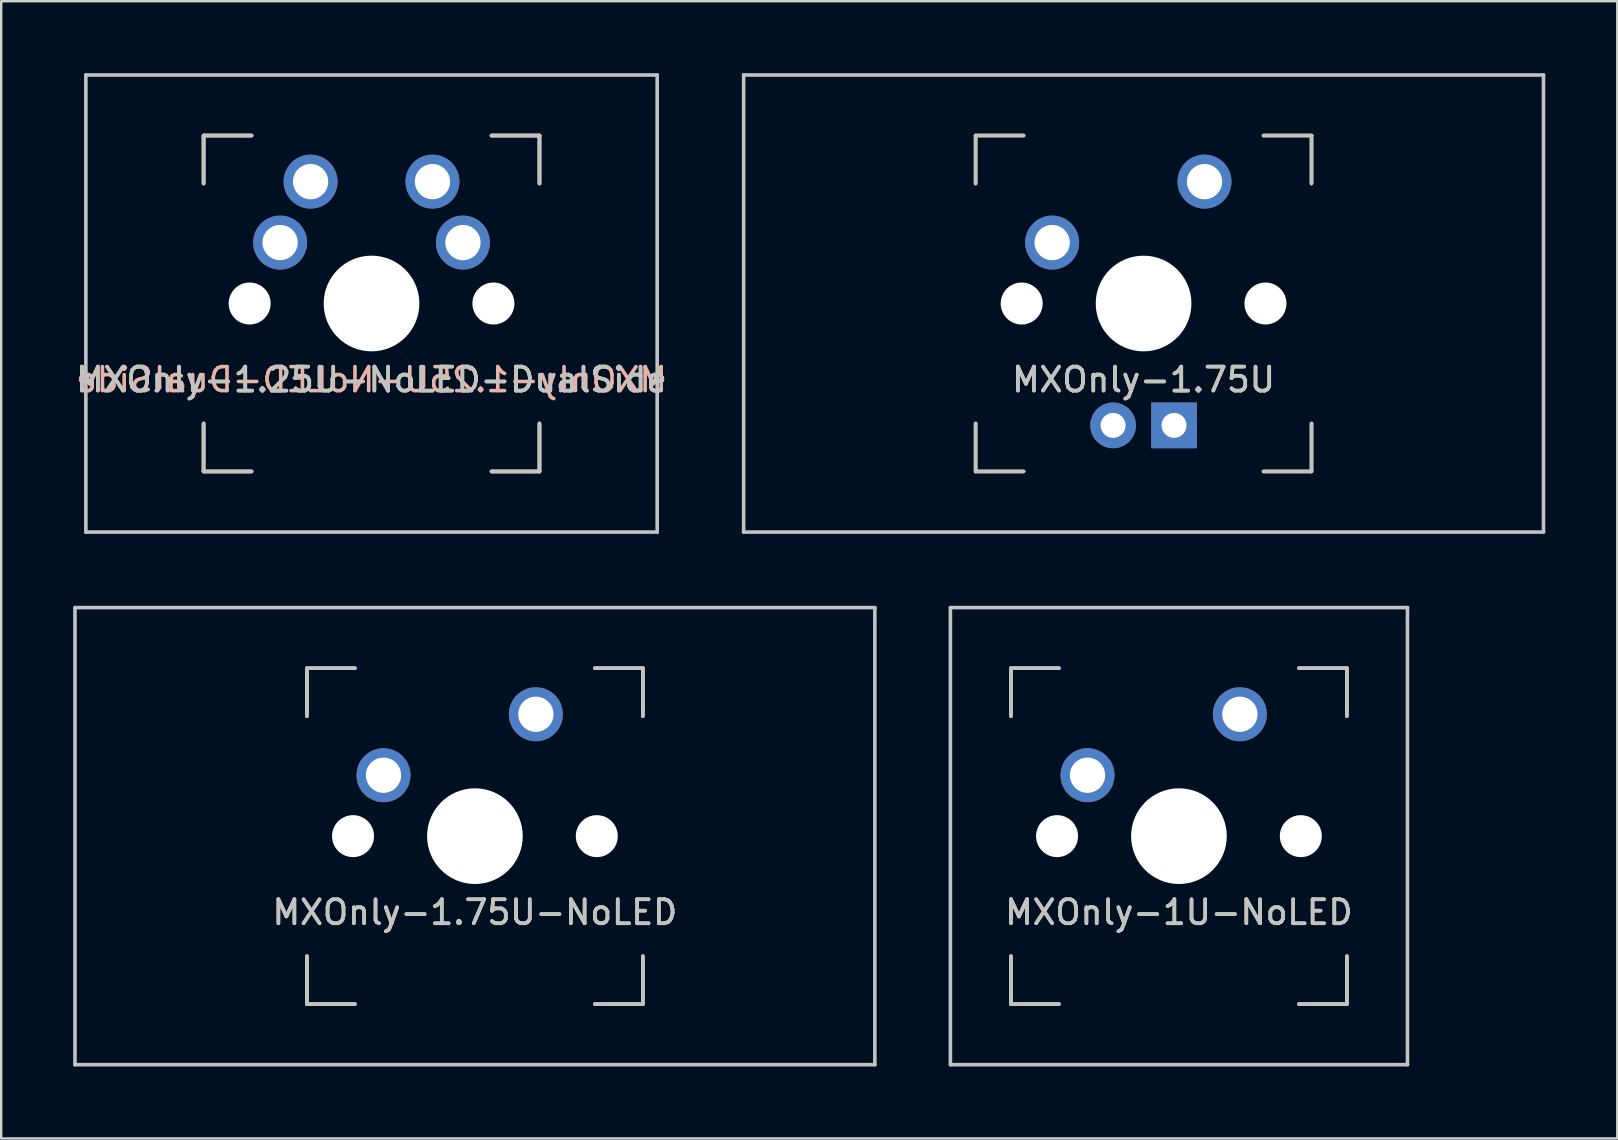
<source format=kicad_pcb>
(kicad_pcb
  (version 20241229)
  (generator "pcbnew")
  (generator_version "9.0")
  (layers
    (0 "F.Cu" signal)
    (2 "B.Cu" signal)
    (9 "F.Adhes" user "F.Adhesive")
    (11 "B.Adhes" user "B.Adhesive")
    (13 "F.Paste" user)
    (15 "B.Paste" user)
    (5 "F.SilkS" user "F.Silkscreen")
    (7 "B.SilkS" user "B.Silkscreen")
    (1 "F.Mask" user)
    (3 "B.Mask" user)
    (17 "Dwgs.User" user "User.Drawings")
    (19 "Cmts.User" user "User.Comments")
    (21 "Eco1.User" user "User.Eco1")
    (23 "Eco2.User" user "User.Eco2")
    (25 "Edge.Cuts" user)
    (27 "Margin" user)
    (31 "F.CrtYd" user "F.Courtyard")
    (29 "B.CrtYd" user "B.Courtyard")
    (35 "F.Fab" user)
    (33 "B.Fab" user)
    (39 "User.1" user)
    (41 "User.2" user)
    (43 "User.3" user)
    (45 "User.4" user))
  (footprint "MXOnly-1.75U"
    (layer "F.Cu")
    (at 44.613 9.6)
    (property "Reference" "MXOnly-1.75U" (at 0 3.175 0) (layer "Dwgs.User") (effects (font (size 1 1) (thickness 0.15))))
    (attr through_hole)
    (fp_line (start -7 -7) (end -7 -5) (stroke (width 0.15) (type solid)) (layer "F.SilkS"))
    (fp_line (start -7 5) (end -7 7) (stroke (width 0.15) (type solid)) (layer "F.SilkS"))
    (fp_line (start -7 7) (end -5 7) (stroke (width 0.15) (type solid)) (layer "F.SilkS"))
    (fp_line (start -5 -7) (end -7 -7) (stroke (width 0.15) (type solid)) (layer "F.SilkS"))
    (fp_line (start 5 -7) (end 7 -7) (stroke (width 0.15) (type solid)) (layer "F.SilkS"))
    (fp_line (start 5 7) (end 7 7) (stroke (width 0.15) (type solid)) (layer "F.SilkS"))
    (fp_line (start 7 -7) (end 7 -5) (stroke (width 0.15) (type solid)) (layer "F.SilkS"))
    (fp_line (start 7 7) (end 7 5) (stroke (width 0.15) (type solid)) (layer "F.SilkS"))
    (fp_line (start -16.669 -9.525) (end 16.669 -9.525) (stroke (width 0.15) (type solid)) (layer "Dwgs.User"))
    (fp_line (start -16.669 9.525) (end -16.669 -9.525) (stroke (width 0.15) (type solid)) (layer "Dwgs.User"))
    (fp_line (start -16.669 9.525) (end 16.669 9.525) (stroke (width 0.15) (type solid)) (layer "Dwgs.User"))
    (fp_line (start -7 -7) (end -7 -5) (stroke (width 0.15) (type solid)) (layer "Dwgs.User"))
    (fp_line (start -7 5) (end -7 7) (stroke (width 0.15) (type solid)) (layer "Dwgs.User"))
    (fp_line (start -7 7) (end -5 7) (stroke (width 0.15) (type solid)) (layer "Dwgs.User"))
    (fp_line (start -5 -7) (end -7 -7) (stroke (width 0.15) (type solid)) (layer "Dwgs.User"))
    (fp_line (start 5 -7) (end 7 -7) (stroke (width 0.15) (type solid)) (layer "Dwgs.User"))
    (fp_line (start 5 7) (end 7 7) (stroke (width 0.15) (type solid)) (layer "Dwgs.User"))
    (fp_line (start 7 -7) (end 7 -5) (stroke (width 0.15) (type solid)) (layer "Dwgs.User"))
    (fp_line (start 7 7) (end 7 5) (stroke (width 0.15) (type solid)) (layer "Dwgs.User"))
    (fp_line (start 16.669 -9.525) (end 16.669 9.525) (stroke (width 0.15) (type solid)) (layer "Dwgs.User"))
    (fp_text user "${REFERENCE}" (at 0 3.175 0) (layer "F.SilkS") (effects (font (size 1 1) (thickness 0.15))))
    (pad "" np_thru_hole circle (at -5.08 0 48.1) (size 1.75 1.75) (drill 1.75) (layers "*.Cu" "*.Mask"))
    (pad "" np_thru_hole circle (at 0 0) (size 3.988 3.988) (drill 3.988) (layers "*.Cu" "*.Mask"))
    (pad "" np_thru_hole circle (at 5.08 0 48.1) (size 1.75 1.75) (drill 1.75) (layers "*.Cu" "*.Mask"))
    (pad "1" thru_hole circle (at -3.81 -2.54) (size 2.25 2.25) (drill 1.47) (layers "*.Cu" "B.Mask"))
    (pad "2" thru_hole circle (at 2.54 -5.08) (size 2.25 2.25) (drill 1.47) (layers "*.Cu" "B.Mask"))
    (pad "3" thru_hole circle (at -1.27 5.08) (size 1.905 1.905) (drill 1.04) (layers "*.Cu" "B.Mask"))
    (pad "4" thru_hole rect (at 1.27 5.08) (size 1.905 1.905) (drill 1.04) (layers "*.Cu" "B.Mask")))
  (footprint "MXOnly-1U-NoLED"
    (layer "F.Cu")
    (at 46.087 31.8)
    (property "Reference" "MXOnly-1U-NoLED" (at 0 3.175 0) (layer "Dwgs.User") (effects (font (size 1 1) (thickness 0.15))))
    (attr through_hole)
    (fp_line (start -7 -7) (end -7 -5) (stroke (width 0.15) (type solid)) (layer "F.SilkS"))
    (fp_line (start -7 5) (end -7 7) (stroke (width 0.15) (type solid)) (layer "F.SilkS"))
    (fp_line (start -7 7) (end -5 7) (stroke (width 0.15) (type solid)) (layer "F.SilkS"))
    (fp_line (start -5 -7) (end -7 -7) (stroke (width 0.15) (type solid)) (layer "F.SilkS"))
    (fp_line (start 5 -7) (end 7 -7) (stroke (width 0.15) (type solid)) (layer "F.SilkS"))
    (fp_line (start 5 7) (end 7 7) (stroke (width 0.15) (type solid)) (layer "F.SilkS"))
    (fp_line (start 7 -7) (end 7 -5) (stroke (width 0.15) (type solid)) (layer "F.SilkS"))
    (fp_line (start 7 7) (end 7 5) (stroke (width 0.15) (type solid)) (layer "F.SilkS"))
    (fp_line (start -9.525 -9.525) (end 9.525 -9.525) (stroke (width 0.15) (type solid)) (layer "Dwgs.User"))
    (fp_line (start -9.525 9.525) (end -9.525 -9.525) (stroke (width 0.15) (type solid)) (layer "Dwgs.User"))
    (fp_line (start -7 -7) (end -7 -5) (stroke (width 0.15) (type solid)) (layer "Dwgs.User"))
    (fp_line (start -7 5) (end -7 7) (stroke (width 0.15) (type solid)) (layer "Dwgs.User"))
    (fp_line (start -7 7) (end -5 7) (stroke (width 0.15) (type solid)) (layer "Dwgs.User"))
    (fp_line (start -5 -7) (end -7 -7) (stroke (width 0.15) (type solid)) (layer "Dwgs.User"))
    (fp_line (start 5 -7) (end 7 -7) (stroke (width 0.15) (type solid)) (layer "Dwgs.User"))
    (fp_line (start 5 7) (end 7 7) (stroke (width 0.15) (type solid)) (layer "Dwgs.User"))
    (fp_line (start 7 -7) (end 7 -5) (stroke (width 0.15) (type solid)) (layer "Dwgs.User"))
    (fp_line (start 7 7) (end 7 5) (stroke (width 0.15) (type solid)) (layer "Dwgs.User"))
    (fp_line (start 9.525 -9.525) (end 9.525 9.525) (stroke (width 0.15) (type solid)) (layer "Dwgs.User"))
    (fp_line (start 9.525 9.525) (end -9.525 9.525) (stroke (width 0.15) (type solid)) (layer "Dwgs.User"))
    (fp_text user "${REFERENCE}" (at 0 3.175 0) (layer "F.SilkS") (effects (font (size 1 1) (thickness 0.15))))
    (pad "" np_thru_hole circle (at -5.08 0 48.1) (size 1.75 1.75) (drill 1.75) (layers "*.Cu" "*.Mask"))
    (pad "" np_thru_hole circle (at 0 0) (size 3.988 3.988) (drill 3.988) (layers "*.Cu" "*.Mask"))
    (pad "" np_thru_hole circle (at 5.08 0 48.1) (size 1.75 1.75) (drill 1.75) (layers "*.Cu" "*.Mask"))
    (pad "1" thru_hole circle (at -3.81 -2.54) (size 2.25 2.25) (drill 1.47) (layers "*.Cu" "B.Mask"))
    (pad "2" thru_hole circle (at 2.54 -5.08) (size 2.25 2.25) (drill 1.47) (layers "*.Cu" "B.Mask")))
  (footprint "MXOnly-1.25U-NoLED-DualSide"
    (layer "F.Cu")
    (at 12.435 9.6)
    (property "Reference" "MXOnly-1.25U-NoLED-DualSide" (at 0 3.175 0) (layer "Dwgs.User") (effects (font (size 1 1) (thickness 0.15))))
    (attr through_hole)
    (fp_line (start -7 -7) (end -7 -5) (stroke (width 0.15) (type solid)) (layer "F.SilkS"))
    (fp_line (start -7 5) (end -7 7) (stroke (width 0.15) (type solid)) (layer "F.SilkS"))
    (fp_line (start -7 7) (end -5 7) (stroke (width 0.15) (type solid)) (layer "F.SilkS"))
    (fp_line (start -5 -7) (end -7 -7) (stroke (width 0.15) (type solid)) (layer "F.SilkS"))
    (fp_line (start 5 -7) (end 7 -7) (stroke (width 0.15) (type solid)) (layer "F.SilkS"))
    (fp_line (start 5 7) (end 7 7) (stroke (width 0.15) (type solid)) (layer "F.SilkS"))
    (fp_line (start 7 -7) (end 7 -5) (stroke (width 0.15) (type solid)) (layer "F.SilkS"))
    (fp_line (start 7 7) (end 7 5) (stroke (width 0.15) (type solid)) (layer "F.SilkS"))
    (fp_line (start -7 -7) (end -7 -5) (stroke (width 0.15) (type solid)) (layer "B.SilkS"))
    (fp_line (start -7 5) (end -7 7) (stroke (width 0.15) (type solid)) (layer "B.SilkS"))
    (fp_line (start -7 7) (end -5 7) (stroke (width 0.15) (type solid)) (layer "B.SilkS"))
    (fp_line (start -5 -7) (end -7 -7) (stroke (width 0.15) (type solid)) (layer "B.SilkS"))
    (fp_line (start 5 -7) (end 7 -7) (stroke (width 0.15) (type solid)) (layer "B.SilkS"))
    (fp_line (start 5 7) (end 7 7) (stroke (width 0.15) (type solid)) (layer "B.SilkS"))
    (fp_line (start 7 -7) (end 7 -5) (stroke (width 0.15) (type solid)) (layer "B.SilkS"))
    (fp_line (start 7 7) (end 7 5) (stroke (width 0.15) (type solid)) (layer "B.SilkS"))
    (fp_line (start -11.906 -9.525) (end 11.906 -9.525) (stroke (width 0.15) (type solid)) (layer "Dwgs.User"))
    (fp_line (start -11.906 9.525) (end -11.906 -9.525) (stroke (width 0.15) (type solid)) (layer "Dwgs.User"))
    (fp_line (start -7 -7) (end -7 -5) (stroke (width 0.15) (type solid)) (layer "Dwgs.User"))
    (fp_line (start -7 5) (end -7 7) (stroke (width 0.15) (type solid)) (layer "Dwgs.User"))
    (fp_line (start -7 7) (end -5 7) (stroke (width 0.15) (type solid)) (layer "Dwgs.User"))
    (fp_line (start -5 -7) (end -7 -7) (stroke (width 0.15) (type solid)) (layer "Dwgs.User"))
    (fp_line (start 5 -7) (end 7 -7) (stroke (width 0.15) (type solid)) (layer "Dwgs.User"))
    (fp_line (start 5 7) (end 7 7) (stroke (width 0.15) (type solid)) (layer "Dwgs.User"))
    (fp_line (start 7 -7) (end 7 -5) (stroke (width 0.15) (type solid)) (layer "Dwgs.User"))
    (fp_line (start 7 7) (end 7 5) (stroke (width 0.15) (type solid)) (layer "Dwgs.User"))
    (fp_line (start 11.906 -9.525) (end 11.906 9.525) (stroke (width 0.15) (type solid)) (layer "Dwgs.User"))
    (fp_line (start 11.906 9.525) (end -11.906 9.525) (stroke (width 0.15) (type solid)) (layer "Dwgs.User"))
    (fp_text user "${REFERENCE}" (at 0 3.175 0) (layer "F.SilkS") (effects (font (size 1 1) (thickness 0.15))))
    (fp_text user "${REFERENCE}" (at 0 3.175 0) (layer "B.SilkS") (effects (font (size 1 1) (thickness 0.15)) (justify mirror)))
    (pad "" np_thru_hole circle (at -5.08 0 48.1) (size 1.75 1.75) (drill 1.75) (layers "*.Cu" "*.Mask"))
    (pad "" np_thru_hole circle (at 0 0) (size 3.988 3.988) (drill 3.988) (layers "*.Cu" "*.Mask"))
    (pad "" np_thru_hole circle (at 5.08 0 48.1) (size 1.75 1.75) (drill 1.75) (layers "*.Cu" "*.Mask"))
    (pad "1" thru_hole circle (at -3.81 -2.54) (size 2.25 2.25) (drill 1.47) (layers "*.Cu" "B.Mask"))
    (pad "1" thru_hole circle (at -2.54 -5.08) (size 2.25 2.25) (drill 1.47) (layers "*.Cu" "F.Mask"))
    (pad "2" thru_hole circle (at 2.54 -5.08) (size 2.25 2.25) (drill 1.47) (layers "*.Cu" "B.Mask"))
    (pad "2" thru_hole circle (at 3.81 -2.54) (size 2.25 2.25) (drill 1.47) (layers "*.Cu" "F.Mask")))
  (footprint "MXOnly-1.75U-NoLED"
    (layer "F.Cu")
    (at 16.744 31.8)
    (property "Reference" "MXOnly-1.75U-NoLED" (at 0 3.175 0) (layer "Dwgs.User") (effects (font (size 1 1) (thickness 0.15))))
    (attr through_hole)
    (fp_line (start -7 -7) (end -7 -5) (stroke (width 0.15) (type solid)) (layer "F.SilkS"))
    (fp_line (start -7 5) (end -7 7) (stroke (width 0.15) (type solid)) (layer "F.SilkS"))
    (fp_line (start -7 7) (end -5 7) (stroke (width 0.15) (type solid)) (layer "F.SilkS"))
    (fp_line (start -5 -7) (end -7 -7) (stroke (width 0.15) (type solid)) (layer "F.SilkS"))
    (fp_line (start 5 -7) (end 7 -7) (stroke (width 0.15) (type solid)) (layer "F.SilkS"))
    (fp_line (start 5 7) (end 7 7) (stroke (width 0.15) (type solid)) (layer "F.SilkS"))
    (fp_line (start 7 -7) (end 7 -5) (stroke (width 0.15) (type solid)) (layer "F.SilkS"))
    (fp_line (start 7 7) (end 7 5) (stroke (width 0.15) (type solid)) (layer "F.SilkS"))
    (fp_line (start -16.669 -9.525) (end 16.669 -9.525) (stroke (width 0.15) (type solid)) (layer "Dwgs.User"))
    (fp_line (start -16.669 9.525) (end -16.669 -9.525) (stroke (width 0.15) (type solid)) (layer "Dwgs.User"))
    (fp_line (start -16.669 9.525) (end 16.669 9.525) (stroke (width 0.15) (type solid)) (layer "Dwgs.User"))
    (fp_line (start -7 -7) (end -7 -5) (stroke (width 0.15) (type solid)) (layer "Dwgs.User"))
    (fp_line (start -7 5) (end -7 7) (stroke (width 0.15) (type solid)) (layer "Dwgs.User"))
    (fp_line (start -7 7) (end -5 7) (stroke (width 0.15) (type solid)) (layer "Dwgs.User"))
    (fp_line (start -5 -7) (end -7 -7) (stroke (width 0.15) (type solid)) (layer "Dwgs.User"))
    (fp_line (start 5 -7) (end 7 -7) (stroke (width 0.15) (type solid)) (layer "Dwgs.User"))
    (fp_line (start 5 7) (end 7 7) (stroke (width 0.15) (type solid)) (layer "Dwgs.User"))
    (fp_line (start 7 -7) (end 7 -5) (stroke (width 0.15) (type solid)) (layer "Dwgs.User"))
    (fp_line (start 7 7) (end 7 5) (stroke (width 0.15) (type solid)) (layer "Dwgs.User"))
    (fp_line (start 16.669 -9.525) (end 16.669 9.525) (stroke (width 0.15) (type solid)) (layer "Dwgs.User"))
    (fp_text user "${REFERENCE}" (at 0 3.175 0) (layer "F.SilkS") (effects (font (size 1 1) (thickness 0.15))))
    (pad "" np_thru_hole circle (at -5.08 0 48.1) (size 1.75 1.75) (drill 1.75) (layers "*.Cu" "*.Mask"))
    (pad "" np_thru_hole circle (at 0 0) (size 3.988 3.988) (drill 3.988) (layers "*.Cu" "*.Mask"))
    (pad "" np_thru_hole circle (at 5.08 0 48.1) (size 1.75 1.75) (drill 1.75) (layers "*.Cu" "*.Mask"))
    (pad "1" thru_hole circle (at -3.81 -2.54) (size 2.25 2.25) (drill 1.47) (layers "*.Cu" "B.Mask"))
    (pad "2" thru_hole circle (at 2.54 -5.08) (size 2.25 2.25) (drill 1.47) (layers "*.Cu" "B.Mask")))
  (gr_rect
    (start -3 -3)
    (end 64.357 44.4)
    (stroke (width 0.1) (type default))
    (fill no)
    (layer "Edge.Cuts")))
</source>
